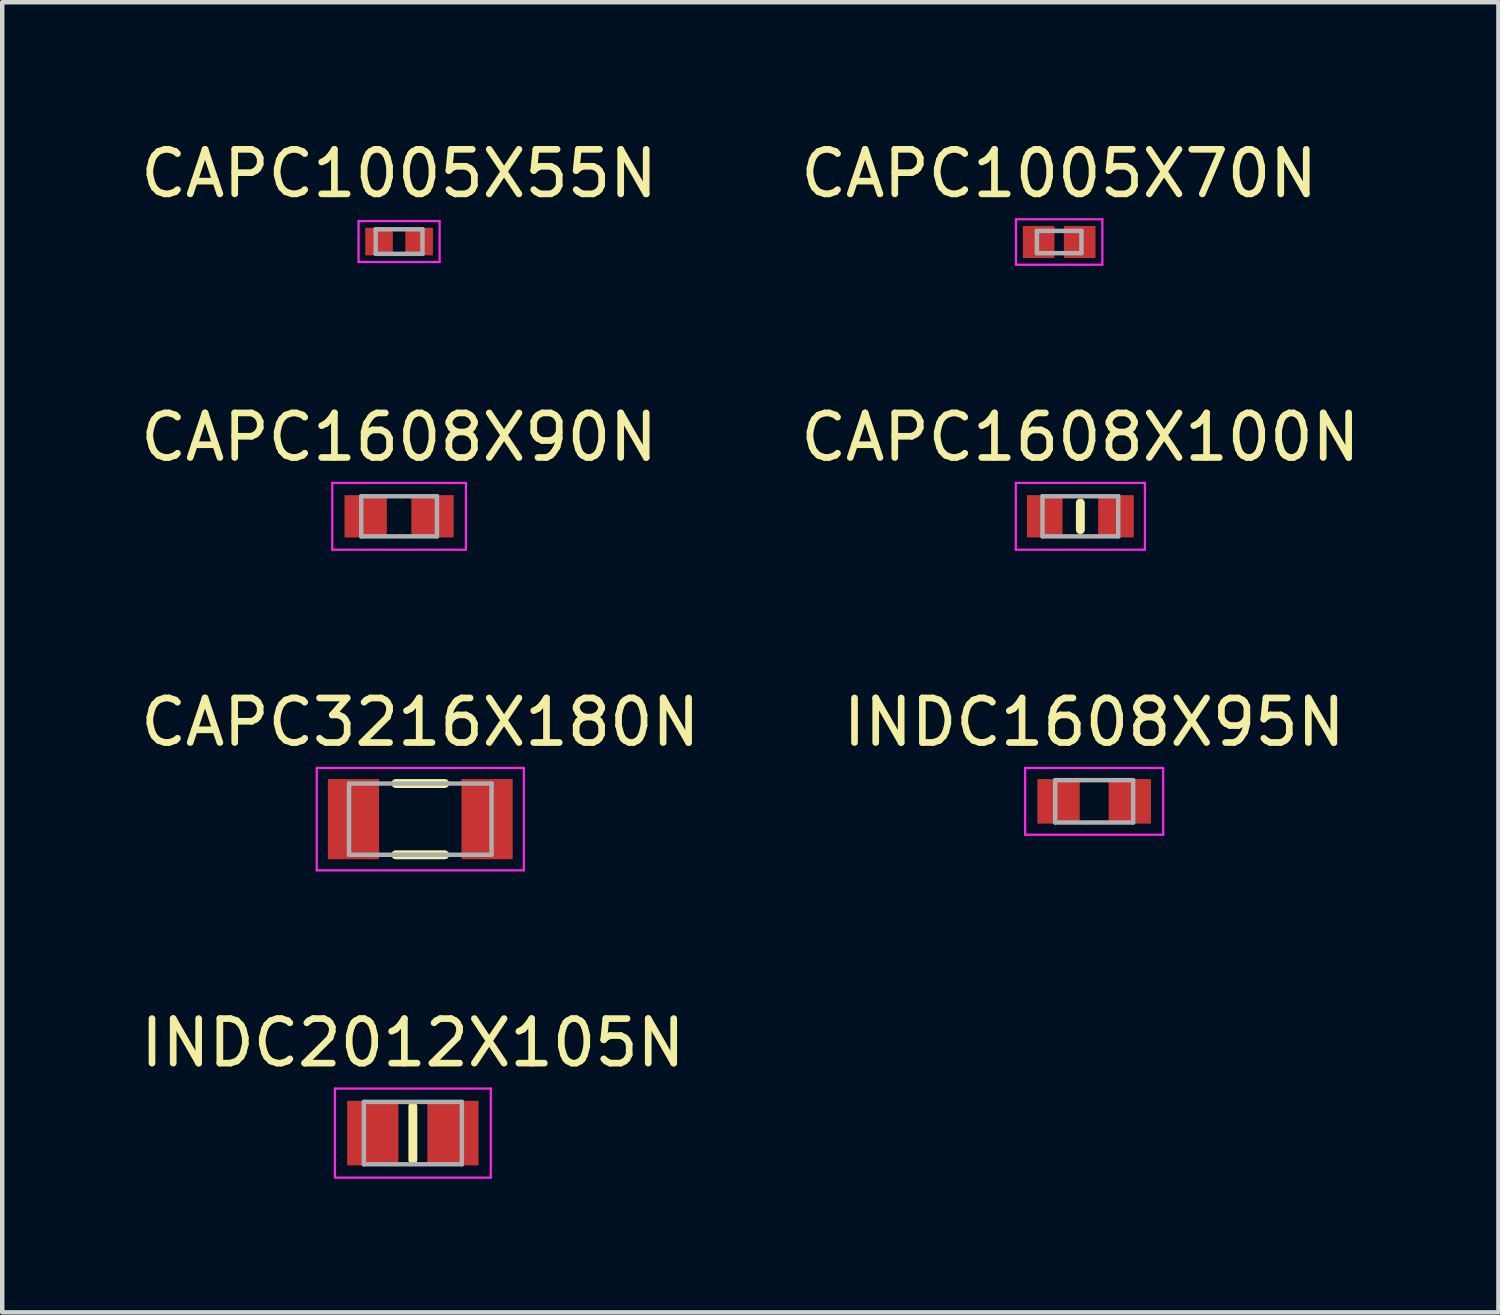
<source format=kicad_pcb>
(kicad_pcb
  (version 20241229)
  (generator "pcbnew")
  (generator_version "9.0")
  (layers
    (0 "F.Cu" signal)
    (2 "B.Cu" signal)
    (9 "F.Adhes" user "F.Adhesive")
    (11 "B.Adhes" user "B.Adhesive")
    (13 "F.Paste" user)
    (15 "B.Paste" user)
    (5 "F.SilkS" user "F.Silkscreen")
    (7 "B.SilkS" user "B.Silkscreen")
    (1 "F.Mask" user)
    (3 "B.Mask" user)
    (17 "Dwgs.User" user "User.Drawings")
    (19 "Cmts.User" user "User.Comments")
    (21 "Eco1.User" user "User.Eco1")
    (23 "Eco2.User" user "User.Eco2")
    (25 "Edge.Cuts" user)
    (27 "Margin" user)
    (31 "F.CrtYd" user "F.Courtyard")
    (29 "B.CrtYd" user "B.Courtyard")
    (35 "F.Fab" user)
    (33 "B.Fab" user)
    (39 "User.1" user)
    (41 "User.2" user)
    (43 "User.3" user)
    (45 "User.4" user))
  (footprint "CAPC3216X180N"
    (layer "F.Cu")
    (at 6.387 15.343)
    (property "Reference" "CAPC3216X180N" (at 0 -2.176 0) (layer "F.SilkS") (effects (font (size 1 1) (thickness 0.15))))
    (attr smd)
    (fp_line (start -0.55 -0.8) (end 0.55 -0.8) (stroke (width 0.2) (type solid)) (layer "F.SilkS"))
    (fp_line (start -0.55 0.8) (end 0.55 0.8) (stroke (width 0.2) (type solid)) (layer "F.SilkS"))
    (fp_line (start -2.325 -1.15) (end 2.325 -1.15) (stroke (width 0.05) (type solid)) (layer "F.CrtYd"))
    (fp_line (start -2.325 1.15) (end -2.325 -1.15) (stroke (width 0.05) (type solid)) (layer "F.CrtYd"))
    (fp_line (start -2.325 1.15) (end 2.325 1.15) (stroke (width 0.05) (type solid)) (layer "F.CrtYd"))
    (fp_line (start 2.325 1.15) (end 2.325 -1.15) (stroke (width 0.05) (type solid)) (layer "F.CrtYd"))
    (fp_line (start -1.6 -0.8) (end 1.6 -0.8) (stroke (width 0.1) (type solid)) (layer "F.Fab"))
    (fp_line (start -1.6 0.8) (end -1.6 -0.8) (stroke (width 0.1) (type solid)) (layer "F.Fab"))
    (fp_line (start -1.6 0.8) (end 1.6 0.8) (stroke (width 0.1) (type solid)) (layer "F.Fab"))
    (fp_line (start 1.6 0.8) (end 1.6 -0.8) (stroke (width 0.1) (type solid)) (layer "F.Fab"))
    (pad "1" smd rect (at -1.5 0 270) (size 1.8 1.15) (layers "F.Cu" "F.Mask" "F.Paste"))
    (pad "2" smd rect (at 1.5 0 270) (size 1.8 1.15) (layers "F.Cu" "F.Mask" "F.Paste")))
  (footprint "INDC1608X95N"
    (layer "F.Cu")
    (at 21.518 14.943)
    (property "Reference" "INDC1608X95N" (at 0 -1.776 0) (layer "F.SilkS") (effects (font (size 1 1) (thickness 0.15))))
    (attr smd)
    (fp_line (start -1.55 -0.75) (end 1.55 -0.75) (stroke (width 0.05) (type solid)) (layer "F.CrtYd"))
    (fp_line (start -1.55 0.75) (end -1.55 -0.75) (stroke (width 0.05) (type solid)) (layer "F.CrtYd"))
    (fp_line (start -1.55 0.75) (end 1.55 0.75) (stroke (width 0.05) (type solid)) (layer "F.CrtYd"))
    (fp_line (start 1.55 0.75) (end 1.55 -0.75) (stroke (width 0.05) (type solid)) (layer "F.CrtYd"))
    (fp_line (start -0.875 -0.475) (end 0.875 -0.475) (stroke (width 0.1) (type solid)) (layer "F.Fab"))
    (fp_line (start -0.875 0.475) (end -0.875 -0.475) (stroke (width 0.1) (type solid)) (layer "F.Fab"))
    (fp_line (start -0.875 0.475) (end 0.875 0.475) (stroke (width 0.1) (type solid)) (layer "F.Fab"))
    (fp_line (start 0.875 0.475) (end 0.875 -0.475) (stroke (width 0.1) (type solid)) (layer "F.Fab"))
    (pad "1" smd rect (at -0.8 0 270) (size 1 0.95) (layers "F.Cu" "F.Mask" "F.Paste"))
    (pad "2" smd rect (at 0.8 0 270) (size 1 0.95) (layers "F.Cu" "F.Mask" "F.Paste")))
  (footprint "CAPC1608X90N"
    (layer "F.Cu")
    (at 5.911 8.543)
    (property "Reference" "CAPC1608X90N" (at 0 -1.776 0) (layer "F.SilkS") (effects (font (size 1 1) (thickness 0.15))))
    (attr smd)
    (fp_line (start -1.5 -0.75) (end -1.5 0.75) (stroke (width 0.05) (type solid)) (layer "F.CrtYd"))
    (fp_line (start 1.5 -0.75) (end -1.5 -0.75) (stroke (width 0.05) (type solid)) (layer "F.CrtYd"))
    (fp_line (start 1.5 -0.75) (end 1.5 0.75) (stroke (width 0.05) (type solid)) (layer "F.CrtYd"))
    (fp_line (start 1.5 0.75) (end -1.5 0.75) (stroke (width 0.05) (type solid)) (layer "F.CrtYd"))
    (fp_line (start -0.85 -0.45) (end -0.85 0.45) (stroke (width 0.1) (type solid)) (layer "F.Fab"))
    (fp_line (start 0.85 -0.45) (end -0.85 -0.45) (stroke (width 0.1) (type solid)) (layer "F.Fab"))
    (fp_line (start 0.85 -0.45) (end 0.85 0.45) (stroke (width 0.1) (type solid)) (layer "F.Fab"))
    (fp_line (start 0.85 0.45) (end -0.85 0.45) (stroke (width 0.1) (type solid)) (layer "F.Fab"))
    (pad "1" smd rect (at -0.75 0 180) (size 0.95 0.95) (layers "F.Cu" "F.Mask" "F.Paste"))
    (pad "2" smd rect (at 0.75 0 180) (size 0.95 0.95) (layers "F.Cu" "F.Mask" "F.Paste")))
  (footprint "CAPC1608X100N"
    (layer "F.Cu")
    (at 21.208 8.543)
    (property "Reference" "CAPC1608X100N" (at 0 -1.776 0) (layer "F.SilkS") (effects (font (size 1 1) (thickness 0.15))))
    (attr smd)
    (fp_line (start 0 0.3) (end 0 -0.3) (stroke (width 0.2) (type solid)) (layer "F.SilkS"))
    (fp_line (start -1.45 -0.75) (end 1.45 -0.75) (stroke (width 0.05) (type solid)) (layer "F.CrtYd"))
    (fp_line (start -1.45 0.75) (end -1.45 -0.75) (stroke (width 0.05) (type solid)) (layer "F.CrtYd"))
    (fp_line (start -1.45 0.75) (end 1.45 0.75) (stroke (width 0.05) (type solid)) (layer "F.CrtYd"))
    (fp_line (start 1.45 0.75) (end 1.45 -0.75) (stroke (width 0.05) (type solid)) (layer "F.CrtYd"))
    (fp_line (start -0.85 -0.45) (end 0.85 -0.45) (stroke (width 0.1) (type solid)) (layer "F.Fab"))
    (fp_line (start -0.85 0.45) (end -0.85 -0.45) (stroke (width 0.1) (type solid)) (layer "F.Fab"))
    (fp_line (start -0.85 0.45) (end 0.85 0.45) (stroke (width 0.1) (type solid)) (layer "F.Fab"))
    (fp_line (start 0.85 0.45) (end 0.85 -0.45) (stroke (width 0.1) (type solid)) (layer "F.Fab"))
    (pad "1" smd rect (at -0.8 0 270) (size 0.95 0.8) (layers "F.Cu" "F.Mask" "F.Paste"))
    (pad "2" smd rect (at 0.8 0 270) (size 0.95 0.8) (layers "F.Cu" "F.Mask" "F.Paste")))
  (footprint "INDC2012X105N"
    (layer "F.Cu")
    (at 6.22 22.392)
    (property "Reference" "INDC2012X105N" (at 0 -2.026 0) (layer "F.SilkS") (effects (font (size 1 1) (thickness 0.15))))
    (attr smd)
    (fp_line (start 0 -0.6) (end 0 0.6) (stroke (width 0.2) (type solid)) (layer "F.SilkS"))
    (fp_line (start -1.75 -1) (end -1.75 1) (stroke (width 0.05) (type solid)) (layer "F.CrtYd"))
    (fp_line (start 1.75 -1) (end -1.75 -1) (stroke (width 0.05) (type solid)) (layer "F.CrtYd"))
    (fp_line (start 1.75 -1) (end 1.75 1) (stroke (width 0.05) (type solid)) (layer "F.CrtYd"))
    (fp_line (start 1.75 1) (end -1.75 1) (stroke (width 0.05) (type solid)) (layer "F.CrtYd"))
    (fp_line (start -1.1 -0.7) (end -1.1 0.7) (stroke (width 0.1) (type solid)) (layer "F.Fab"))
    (fp_line (start 1.1 -0.7) (end -1.1 -0.7) (stroke (width 0.1) (type solid)) (layer "F.Fab"))
    (fp_line (start 1.1 -0.7) (end 1.1 0.7) (stroke (width 0.1) (type solid)) (layer "F.Fab"))
    (fp_line (start 1.1 0.7) (end -1.1 0.7) (stroke (width 0.1) (type solid)) (layer "F.Fab"))
    (pad "1" smd rect (at -0.9 0 270) (size 1.45 1.15) (layers "F.Cu" "F.Mask" "F.Paste"))
    (pad "2" smd rect (at 0.9 0 270) (size 1.45 1.15) (layers "F.Cu" "F.Mask" "F.Paste")))
  (footprint "CAPC1005X70N"
    (layer "F.Cu")
    (at 20.732 2.384)
    (property "Reference" "CAPC1005X70N" (at 0 -1.536 0) (layer "F.SilkS") (effects (font (size 1 1) (thickness 0.15))))
    (attr smd)
    (fp_line (start -0.97 -0.51) (end -0.97 0.51) (stroke (width 0.05) (type solid)) (layer "F.CrtYd"))
    (fp_line (start 0.97 -0.51) (end -0.97 -0.51) (stroke (width 0.05) (type solid)) (layer "F.CrtYd"))
    (fp_line (start 0.97 -0.51) (end 0.97 0.51) (stroke (width 0.05) (type solid)) (layer "F.CrtYd"))
    (fp_line (start 0.97 0.51) (end -0.97 0.51) (stroke (width 0.05) (type solid)) (layer "F.CrtYd"))
    (fp_line (start -0.5 -0.25) (end -0.5 0.25) (stroke (width 0.1) (type solid)) (layer "F.Fab"))
    (fp_line (start 0.5 -0.25) (end -0.5 -0.25) (stroke (width 0.1) (type solid)) (layer "F.Fab"))
    (fp_line (start 0.5 -0.25) (end 0.5 0.25) (stroke (width 0.1) (type solid)) (layer "F.Fab"))
    (fp_line (start 0.5 0.25) (end -0.5 0.25) (stroke (width 0.1) (type solid)) (layer "F.Fab"))
    (pad "1" smd rect (at -0.46 0 270) (size 0.72 0.71) (layers "F.Cu" "F.Mask" "F.Paste"))
    (pad "2" smd rect (at 0.46 0 270) (size 0.72 0.71) (layers "F.Cu" "F.Mask" "F.Paste")))
  (footprint "CAPC1005X55N"
    (layer "F.Cu")
    (at 5.911 2.374)
    (property "Reference" "CAPC1005X55N" (at 0 -1.526 0) (layer "F.SilkS") (effects (font (size 1 1) (thickness 0.15))))
    (attr smd)
    (fp_line (start -0.91 -0.46) (end -0.91 0.46) (stroke (width 0.05) (type solid)) (layer "F.CrtYd"))
    (fp_line (start 0.91 -0.46) (end -0.91 -0.46) (stroke (width 0.05) (type solid)) (layer "F.CrtYd"))
    (fp_line (start 0.91 -0.46) (end 0.91 0.46) (stroke (width 0.05) (type solid)) (layer "F.CrtYd"))
    (fp_line (start 0.91 0.46) (end -0.91 0.46) (stroke (width 0.05) (type solid)) (layer "F.CrtYd"))
    (fp_line (start -0.525 -0.275) (end -0.525 0.275) (stroke (width 0.1) (type solid)) (layer "F.Fab"))
    (fp_line (start 0.525 -0.275) (end -0.525 -0.275) (stroke (width 0.1) (type solid)) (layer "F.Fab"))
    (fp_line (start 0.525 -0.275) (end 0.525 0.275) (stroke (width 0.1) (type solid)) (layer "F.Fab"))
    (fp_line (start 0.525 0.275) (end -0.525 0.275) (stroke (width 0.1) (type solid)) (layer "F.Fab"))
    (pad "1" smd rect (at -0.45 0 180) (size 0.62 0.62) (layers "F.Cu" "F.Mask" "F.Paste"))
    (pad "2" smd rect (at 0.45 0 180) (size 0.62 0.62) (layers "F.Cu" "F.Mask" "F.Paste")))
  (gr_rect
    (start -3 -3)
    (end 30.595 26.417)
    (stroke (width 0.1) (type default))
    (fill no)
    (layer "Edge.Cuts")))
</source>
